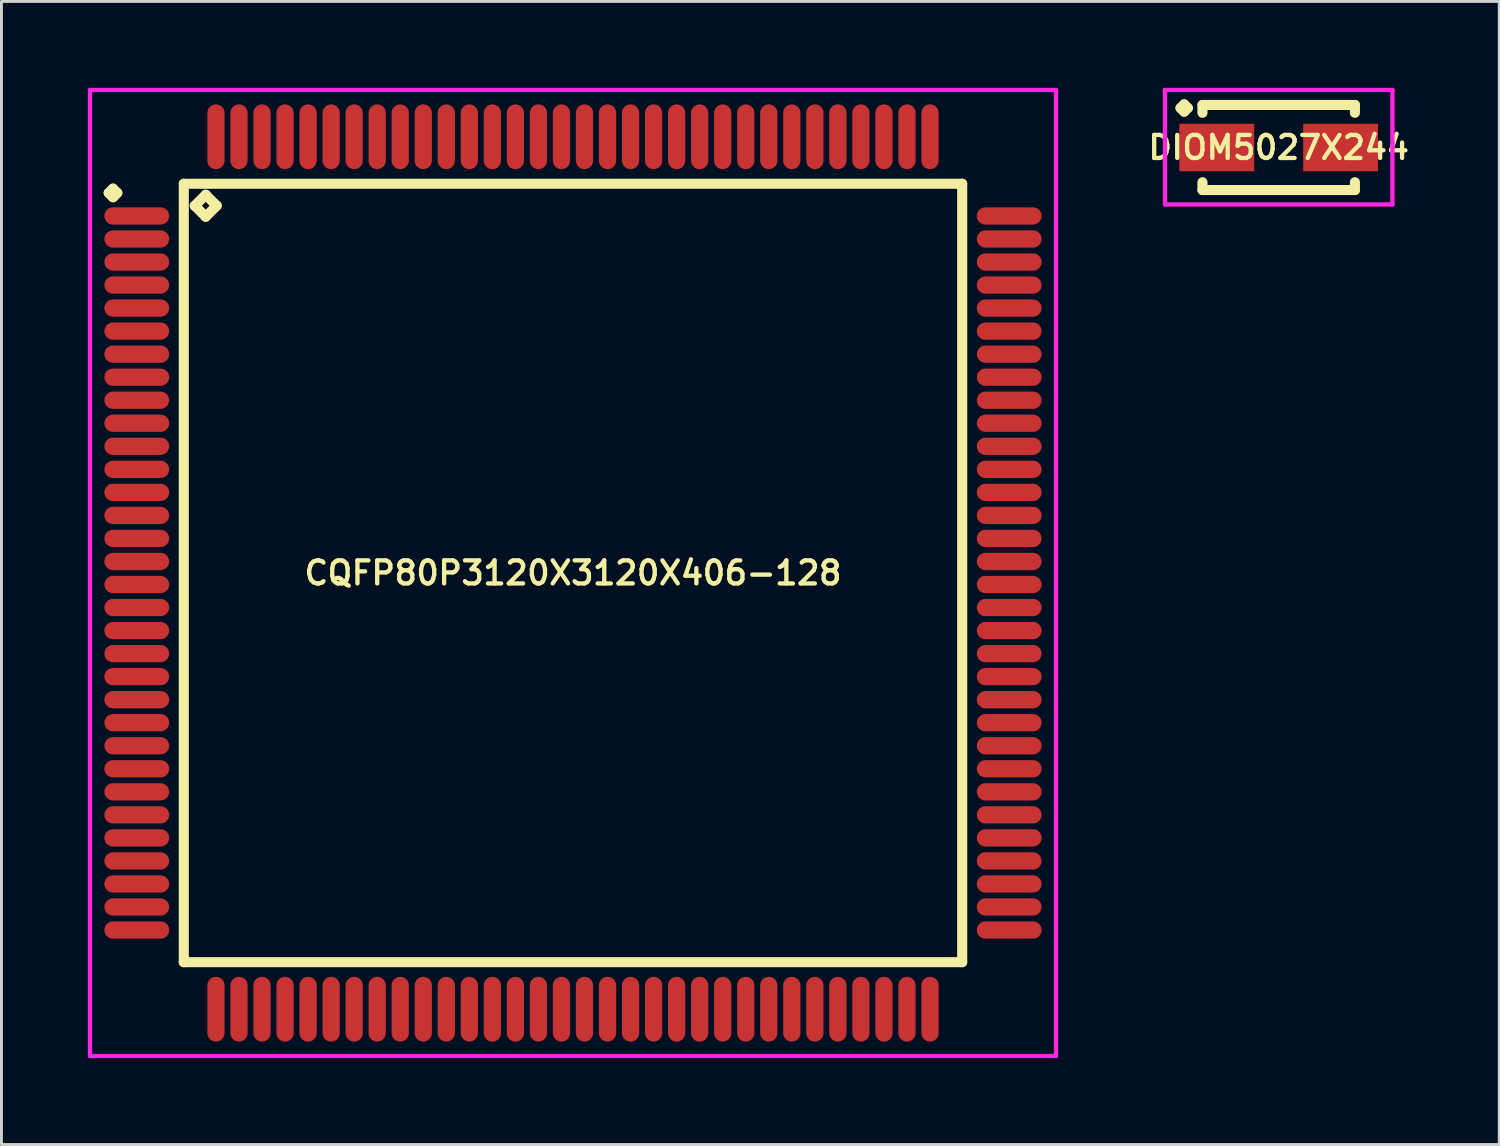
<source format=kicad_pcb>
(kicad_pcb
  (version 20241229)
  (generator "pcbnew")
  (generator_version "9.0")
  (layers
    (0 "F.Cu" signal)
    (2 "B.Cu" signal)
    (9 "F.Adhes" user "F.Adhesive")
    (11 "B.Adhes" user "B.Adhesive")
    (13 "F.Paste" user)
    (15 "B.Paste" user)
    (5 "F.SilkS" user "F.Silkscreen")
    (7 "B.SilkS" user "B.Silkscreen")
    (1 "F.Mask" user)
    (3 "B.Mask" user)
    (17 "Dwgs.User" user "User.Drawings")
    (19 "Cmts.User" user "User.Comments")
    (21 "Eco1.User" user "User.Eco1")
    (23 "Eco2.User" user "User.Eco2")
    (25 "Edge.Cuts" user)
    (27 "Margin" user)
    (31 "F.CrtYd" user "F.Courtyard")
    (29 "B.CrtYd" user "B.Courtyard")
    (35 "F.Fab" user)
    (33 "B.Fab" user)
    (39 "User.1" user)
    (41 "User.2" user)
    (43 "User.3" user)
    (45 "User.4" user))
  (footprint "CQFP80P3120X3120X406-128"
    (layer "F.Cu")
    (at 16.85 16.85)
    (property "Reference" "CQFP80P3120X3120X406-128" (at 0 0 0) (layer "F.SilkS") (effects (font (size 0.8 0.8) (thickness 0.15))))
    (attr smd)
    (fp_line (start -16.125 -13.2) (end -15.975 -13.35) (stroke (width 0.35) (type solid)) (layer "F.SilkS"))
    (fp_line (start -15.975 -13.35) (end -15.825 -13.2) (stroke (width 0.35) (type solid)) (layer "F.SilkS"))
    (fp_line (start -15.975 -13.05) (end -16.125 -13.2) (stroke (width 0.35) (type solid)) (layer "F.SilkS"))
    (fp_line (start -15.825 -13.2) (end -15.975 -13.05) (stroke (width 0.35) (type solid)) (layer "F.SilkS"))
    (fp_line (start -13.517 -13.517) (end -13.517 13.517) (stroke (width 0.35) (type solid)) (layer "F.SilkS"))
    (fp_line (start -13.517 13.517) (end 13.517 13.517) (stroke (width 0.35) (type solid)) (layer "F.SilkS"))
    (fp_line (start -13.136 -12.755) (end -12.755 -13.136) (stroke (width 0.35) (type solid)) (layer "F.SilkS"))
    (fp_line (start -12.755 -13.136) (end -12.374 -12.755) (stroke (width 0.35) (type solid)) (layer "F.SilkS"))
    (fp_line (start -12.755 -12.374) (end -13.136 -12.755) (stroke (width 0.35) (type solid)) (layer "F.SilkS"))
    (fp_line (start -12.374 -12.755) (end -12.755 -12.374) (stroke (width 0.35) (type solid)) (layer "F.SilkS"))
    (fp_line (start 13.517 -13.517) (end -13.517 -13.517) (stroke (width 0.35) (type solid)) (layer "F.SilkS"))
    (fp_line (start 13.517 13.517) (end 13.517 -13.517) (stroke (width 0.35) (type solid)) (layer "F.SilkS"))
    (fp_line (start -16.775 -16.775) (end 16.775 -16.775) (stroke (width 0.15) (type solid)) (layer "F.CrtYd"))
    (fp_line (start -16.775 16.775) (end -16.775 -16.775) (stroke (width 0.15) (type solid)) (layer "F.CrtYd"))
    (fp_line (start 16.775 -16.775) (end 16.775 16.775) (stroke (width 0.15) (type solid)) (layer "F.CrtYd"))
    (fp_line (start 16.775 16.775) (end -16.775 16.775) (stroke (width 0.15) (type solid)) (layer "F.CrtYd"))
    (pad "1" smd oval (at -15.15 -12.4) (size 2.25 0.6) (layers "F.Cu" "F.Mask" "F.Paste"))
    (pad "2" smd oval (at -15.15 -11.6) (size 2.25 0.6) (layers "F.Cu" "F.Mask" "F.Paste"))
    (pad "3" smd oval (at -15.15 -10.8) (size 2.25 0.6) (layers "F.Cu" "F.Mask" "F.Paste"))
    (pad "4" smd oval (at -15.15 -10) (size 2.25 0.6) (layers "F.Cu" "F.Mask" "F.Paste"))
    (pad "5" smd oval (at -15.15 -9.2) (size 2.25 0.6) (layers "F.Cu" "F.Mask" "F.Paste"))
    (pad "6" smd oval (at -15.15 -8.4) (size 2.25 0.6) (layers "F.Cu" "F.Mask" "F.Paste"))
    (pad "7" smd oval (at -15.15 -7.6) (size 2.25 0.6) (layers "F.Cu" "F.Mask" "F.Paste"))
    (pad "8" smd oval (at -15.15 -6.8) (size 2.25 0.6) (layers "F.Cu" "F.Mask" "F.Paste"))
    (pad "9" smd oval (at -15.15 -6) (size 2.25 0.6) (layers "F.Cu" "F.Mask" "F.Paste"))
    (pad "10" smd oval (at -15.15 -5.2) (size 2.25 0.6) (layers "F.Cu" "F.Mask" "F.Paste"))
    (pad "11" smd oval (at -15.15 -4.4) (size 2.25 0.6) (layers "F.Cu" "F.Mask" "F.Paste"))
    (pad "12" smd oval (at -15.15 -3.6) (size 2.25 0.6) (layers "F.Cu" "F.Mask" "F.Paste"))
    (pad "13" smd oval (at -15.15 -2.8) (size 2.25 0.6) (layers "F.Cu" "F.Mask" "F.Paste"))
    (pad "14" smd oval (at -15.15 -2) (size 2.25 0.6) (layers "F.Cu" "F.Mask" "F.Paste"))
    (pad "15" smd oval (at -15.15 -1.2) (size 2.25 0.6) (layers "F.Cu" "F.Mask" "F.Paste"))
    (pad "16" smd oval (at -15.15 -0.4) (size 2.25 0.6) (layers "F.Cu" "F.Mask" "F.Paste"))
    (pad "17" smd oval (at -15.15 0.4) (size 2.25 0.6) (layers "F.Cu" "F.Mask" "F.Paste"))
    (pad "18" smd oval (at -15.15 1.2) (size 2.25 0.6) (layers "F.Cu" "F.Mask" "F.Paste"))
    (pad "19" smd oval (at -15.15 2) (size 2.25 0.6) (layers "F.Cu" "F.Mask" "F.Paste"))
    (pad "20" smd oval (at -15.15 2.8) (size 2.25 0.6) (layers "F.Cu" "F.Mask" "F.Paste"))
    (pad "21" smd oval (at -15.15 3.6) (size 2.25 0.6) (layers "F.Cu" "F.Mask" "F.Paste"))
    (pad "22" smd oval (at -15.15 4.4) (size 2.25 0.6) (layers "F.Cu" "F.Mask" "F.Paste"))
    (pad "23" smd oval (at -15.15 5.2) (size 2.25 0.6) (layers "F.Cu" "F.Mask" "F.Paste"))
    (pad "24" smd oval (at -15.15 6) (size 2.25 0.6) (layers "F.Cu" "F.Mask" "F.Paste"))
    (pad "25" smd oval (at -15.15 6.8) (size 2.25 0.6) (layers "F.Cu" "F.Mask" "F.Paste"))
    (pad "26" smd oval (at -15.15 7.6) (size 2.25 0.6) (layers "F.Cu" "F.Mask" "F.Paste"))
    (pad "27" smd oval (at -15.15 8.4) (size 2.25 0.6) (layers "F.Cu" "F.Mask" "F.Paste"))
    (pad "28" smd oval (at -15.15 9.2) (size 2.25 0.6) (layers "F.Cu" "F.Mask" "F.Paste"))
    (pad "29" smd oval (at -15.15 10) (size 2.25 0.6) (layers "F.Cu" "F.Mask" "F.Paste"))
    (pad "30" smd oval (at -15.15 10.8) (size 2.25 0.6) (layers "F.Cu" "F.Mask" "F.Paste"))
    (pad "31" smd oval (at -15.15 11.6) (size 2.25 0.6) (layers "F.Cu" "F.Mask" "F.Paste"))
    (pad "32" smd oval (at -15.15 12.4) (size 2.25 0.6) (layers "F.Cu" "F.Mask" "F.Paste"))
    (pad "33" smd oval (at -12.4 15.15) (size 0.6 2.25) (layers "F.Cu" "F.Mask" "F.Paste"))
    (pad "34" smd oval (at -11.6 15.15) (size 0.6 2.25) (layers "F.Cu" "F.Mask" "F.Paste"))
    (pad "35" smd oval (at -10.8 15.15) (size 0.6 2.25) (layers "F.Cu" "F.Mask" "F.Paste"))
    (pad "36" smd oval (at -10 15.15) (size 0.6 2.25) (layers "F.Cu" "F.Mask" "F.Paste"))
    (pad "37" smd oval (at -9.2 15.15) (size 0.6 2.25) (layers "F.Cu" "F.Mask" "F.Paste"))
    (pad "38" smd oval (at -8.4 15.15) (size 0.6 2.25) (layers "F.Cu" "F.Mask" "F.Paste"))
    (pad "39" smd oval (at -7.6 15.15) (size 0.6 2.25) (layers "F.Cu" "F.Mask" "F.Paste"))
    (pad "40" smd oval (at -6.8 15.15) (size 0.6 2.25) (layers "F.Cu" "F.Mask" "F.Paste"))
    (pad "41" smd oval (at -6 15.15) (size 0.6 2.25) (layers "F.Cu" "F.Mask" "F.Paste"))
    (pad "42" smd oval (at -5.2 15.15) (size 0.6 2.25) (layers "F.Cu" "F.Mask" "F.Paste"))
    (pad "43" smd oval (at -4.4 15.15) (size 0.6 2.25) (layers "F.Cu" "F.Mask" "F.Paste"))
    (pad "44" smd oval (at -3.6 15.15) (size 0.6 2.25) (layers "F.Cu" "F.Mask" "F.Paste"))
    (pad "45" smd oval (at -2.8 15.15) (size 0.6 2.25) (layers "F.Cu" "F.Mask" "F.Paste"))
    (pad "46" smd oval (at -2 15.15) (size 0.6 2.25) (layers "F.Cu" "F.Mask" "F.Paste"))
    (pad "47" smd oval (at -1.2 15.15) (size 0.6 2.25) (layers "F.Cu" "F.Mask" "F.Paste"))
    (pad "48" smd oval (at -0.4 15.15) (size 0.6 2.25) (layers "F.Cu" "F.Mask" "F.Paste"))
    (pad "49" smd oval (at 0.4 15.15) (size 0.6 2.25) (layers "F.Cu" "F.Mask" "F.Paste"))
    (pad "50" smd oval (at 1.2 15.15) (size 0.6 2.25) (layers "F.Cu" "F.Mask" "F.Paste"))
    (pad "51" smd oval (at 2 15.15) (size 0.6 2.25) (layers "F.Cu" "F.Mask" "F.Paste"))
    (pad "52" smd oval (at 2.8 15.15) (size 0.6 2.25) (layers "F.Cu" "F.Mask" "F.Paste"))
    (pad "53" smd oval (at 3.6 15.15) (size 0.6 2.25) (layers "F.Cu" "F.Mask" "F.Paste"))
    (pad "54" smd oval (at 4.4 15.15) (size 0.6 2.25) (layers "F.Cu" "F.Mask" "F.Paste"))
    (pad "55" smd oval (at 5.2 15.15) (size 0.6 2.25) (layers "F.Cu" "F.Mask" "F.Paste"))
    (pad "56" smd oval (at 6 15.15) (size 0.6 2.25) (layers "F.Cu" "F.Mask" "F.Paste"))
    (pad "57" smd oval (at 6.8 15.15) (size 0.6 2.25) (layers "F.Cu" "F.Mask" "F.Paste"))
    (pad "58" smd oval (at 7.6 15.15) (size 0.6 2.25) (layers "F.Cu" "F.Mask" "F.Paste"))
    (pad "59" smd oval (at 8.4 15.15) (size 0.6 2.25) (layers "F.Cu" "F.Mask" "F.Paste"))
    (pad "60" smd oval (at 9.2 15.15) (size 0.6 2.25) (layers "F.Cu" "F.Mask" "F.Paste"))
    (pad "61" smd oval (at 10 15.15) (size 0.6 2.25) (layers "F.Cu" "F.Mask" "F.Paste"))
    (pad "62" smd oval (at 10.8 15.15) (size 0.6 2.25) (layers "F.Cu" "F.Mask" "F.Paste"))
    (pad "63" smd oval (at 11.6 15.15) (size 0.6 2.25) (layers "F.Cu" "F.Mask" "F.Paste"))
    (pad "64" smd oval (at 12.4 15.15) (size 0.6 2.25) (layers "F.Cu" "F.Mask" "F.Paste"))
    (pad "65" smd oval (at 15.15 12.4) (size 2.25 0.6) (layers "F.Cu" "F.Mask" "F.Paste"))
    (pad "66" smd oval (at 15.15 11.6) (size 2.25 0.6) (layers "F.Cu" "F.Mask" "F.Paste"))
    (pad "67" smd oval (at 15.15 10.8) (size 2.25 0.6) (layers "F.Cu" "F.Mask" "F.Paste"))
    (pad "68" smd oval (at 15.15 10) (size 2.25 0.6) (layers "F.Cu" "F.Mask" "F.Paste"))
    (pad "69" smd oval (at 15.15 9.2) (size 2.25 0.6) (layers "F.Cu" "F.Mask" "F.Paste"))
    (pad "70" smd oval (at 15.15 8.4) (size 2.25 0.6) (layers "F.Cu" "F.Mask" "F.Paste"))
    (pad "71" smd oval (at 15.15 7.6) (size 2.25 0.6) (layers "F.Cu" "F.Mask" "F.Paste"))
    (pad "72" smd oval (at 15.15 6.8) (size 2.25 0.6) (layers "F.Cu" "F.Mask" "F.Paste"))
    (pad "73" smd oval (at 15.15 6) (size 2.25 0.6) (layers "F.Cu" "F.Mask" "F.Paste"))
    (pad "74" smd oval (at 15.15 5.2) (size 2.25 0.6) (layers "F.Cu" "F.Mask" "F.Paste"))
    (pad "75" smd oval (at 15.15 4.4) (size 2.25 0.6) (layers "F.Cu" "F.Mask" "F.Paste"))
    (pad "76" smd oval (at 15.15 3.6) (size 2.25 0.6) (layers "F.Cu" "F.Mask" "F.Paste"))
    (pad "77" smd oval (at 15.15 2.8) (size 2.25 0.6) (layers "F.Cu" "F.Mask" "F.Paste"))
    (pad "78" smd oval (at 15.15 2) (size 2.25 0.6) (layers "F.Cu" "F.Mask" "F.Paste"))
    (pad "79" smd oval (at 15.15 1.2) (size 2.25 0.6) (layers "F.Cu" "F.Mask" "F.Paste"))
    (pad "80" smd oval (at 15.15 0.4) (size 2.25 0.6) (layers "F.Cu" "F.Mask" "F.Paste"))
    (pad "81" smd oval (at 15.15 -0.4) (size 2.25 0.6) (layers "F.Cu" "F.Mask" "F.Paste"))
    (pad "82" smd oval (at 15.15 -1.2) (size 2.25 0.6) (layers "F.Cu" "F.Mask" "F.Paste"))
    (pad "83" smd oval (at 15.15 -2) (size 2.25 0.6) (layers "F.Cu" "F.Mask" "F.Paste"))
    (pad "84" smd oval (at 15.15 -2.8) (size 2.25 0.6) (layers "F.Cu" "F.Mask" "F.Paste"))
    (pad "85" smd oval (at 15.15 -3.6) (size 2.25 0.6) (layers "F.Cu" "F.Mask" "F.Paste"))
    (pad "86" smd oval (at 15.15 -4.4) (size 2.25 0.6) (layers "F.Cu" "F.Mask" "F.Paste"))
    (pad "87" smd oval (at 15.15 -5.2) (size 2.25 0.6) (layers "F.Cu" "F.Mask" "F.Paste"))
    (pad "88" smd oval (at 15.15 -6) (size 2.25 0.6) (layers "F.Cu" "F.Mask" "F.Paste"))
    (pad "89" smd oval (at 15.15 -6.8) (size 2.25 0.6) (layers "F.Cu" "F.Mask" "F.Paste"))
    (pad "90" smd oval (at 15.15 -7.6) (size 2.25 0.6) (layers "F.Cu" "F.Mask" "F.Paste"))
    (pad "91" smd oval (at 15.15 -8.4) (size 2.25 0.6) (layers "F.Cu" "F.Mask" "F.Paste"))
    (pad "92" smd oval (at 15.15 -9.2) (size 2.25 0.6) (layers "F.Cu" "F.Mask" "F.Paste"))
    (pad "93" smd oval (at 15.15 -10) (size 2.25 0.6) (layers "F.Cu" "F.Mask" "F.Paste"))
    (pad "94" smd oval (at 15.15 -10.8) (size 2.25 0.6) (layers "F.Cu" "F.Mask" "F.Paste"))
    (pad "95" smd oval (at 15.15 -11.6) (size 2.25 0.6) (layers "F.Cu" "F.Mask" "F.Paste"))
    (pad "96" smd oval (at 15.15 -12.4) (size 2.25 0.6) (layers "F.Cu" "F.Mask" "F.Paste"))
    (pad "97" smd oval (at 12.4 -15.15) (size 0.6 2.25) (layers "F.Cu" "F.Mask" "F.Paste"))
    (pad "98" smd oval (at 11.6 -15.15) (size 0.6 2.25) (layers "F.Cu" "F.Mask" "F.Paste"))
    (pad "99" smd oval (at 10.8 -15.15) (size 0.6 2.25) (layers "F.Cu" "F.Mask" "F.Paste"))
    (pad "100" smd oval (at 10 -15.15) (size 0.6 2.25) (layers "F.Cu" "F.Mask" "F.Paste"))
    (pad "101" smd oval (at 9.2 -15.15) (size 0.6 2.25) (layers "F.Cu" "F.Mask" "F.Paste"))
    (pad "102" smd oval (at 8.4 -15.15) (size 0.6 2.25) (layers "F.Cu" "F.Mask" "F.Paste"))
    (pad "103" smd oval (at 7.6 -15.15) (size 0.6 2.25) (layers "F.Cu" "F.Mask" "F.Paste"))
    (pad "104" smd oval (at 6.8 -15.15) (size 0.6 2.25) (layers "F.Cu" "F.Mask" "F.Paste"))
    (pad "105" smd oval (at 6 -15.15) (size 0.6 2.25) (layers "F.Cu" "F.Mask" "F.Paste"))
    (pad "106" smd oval (at 5.2 -15.15) (size 0.6 2.25) (layers "F.Cu" "F.Mask" "F.Paste"))
    (pad "107" smd oval (at 4.4 -15.15) (size 0.6 2.25) (layers "F.Cu" "F.Mask" "F.Paste"))
    (pad "108" smd oval (at 3.6 -15.15) (size 0.6 2.25) (layers "F.Cu" "F.Mask" "F.Paste"))
    (pad "109" smd oval (at 2.8 -15.15) (size 0.6 2.25) (layers "F.Cu" "F.Mask" "F.Paste"))
    (pad "110" smd oval (at 2 -15.15) (size 0.6 2.25) (layers "F.Cu" "F.Mask" "F.Paste"))
    (pad "111" smd oval (at 1.2 -15.15) (size 0.6 2.25) (layers "F.Cu" "F.Mask" "F.Paste"))
    (pad "112" smd oval (at 0.4 -15.15) (size 0.6 2.25) (layers "F.Cu" "F.Mask" "F.Paste"))
    (pad "113" smd oval (at -0.4 -15.15) (size 0.6 2.25) (layers "F.Cu" "F.Mask" "F.Paste"))
    (pad "114" smd oval (at -1.2 -15.15) (size 0.6 2.25) (layers "F.Cu" "F.Mask" "F.Paste"))
    (pad "115" smd oval (at -2 -15.15) (size 0.6 2.25) (layers "F.Cu" "F.Mask" "F.Paste"))
    (pad "116" smd oval (at -2.8 -15.15) (size 0.6 2.25) (layers "F.Cu" "F.Mask" "F.Paste"))
    (pad "117" smd oval (at -3.6 -15.15) (size 0.6 2.25) (layers "F.Cu" "F.Mask" "F.Paste"))
    (pad "118" smd oval (at -4.4 -15.15) (size 0.6 2.25) (layers "F.Cu" "F.Mask" "F.Paste"))
    (pad "119" smd oval (at -5.2 -15.15) (size 0.6 2.25) (layers "F.Cu" "F.Mask" "F.Paste"))
    (pad "120" smd oval (at -6 -15.15) (size 0.6 2.25) (layers "F.Cu" "F.Mask" "F.Paste"))
    (pad "121" smd oval (at -6.8 -15.15) (size 0.6 2.25) (layers "F.Cu" "F.Mask" "F.Paste"))
    (pad "122" smd oval (at -7.6 -15.15) (size 0.6 2.25) (layers "F.Cu" "F.Mask" "F.Paste"))
    (pad "123" smd oval (at -8.4 -15.15) (size 0.6 2.25) (layers "F.Cu" "F.Mask" "F.Paste"))
    (pad "124" smd oval (at -9.2 -15.15) (size 0.6 2.25) (layers "F.Cu" "F.Mask" "F.Paste"))
    (pad "125" smd oval (at -10 -15.15) (size 0.6 2.25) (layers "F.Cu" "F.Mask" "F.Paste"))
    (pad "126" smd oval (at -10.8 -15.15) (size 0.6 2.25) (layers "F.Cu" "F.Mask" "F.Paste"))
    (pad "127" smd oval (at -11.6 -15.15) (size 0.6 2.25) (layers "F.Cu" "F.Mask" "F.Paste"))
    (pad "128" smd oval (at -12.4 -15.15) (size 0.6 2.25) (layers "F.Cu" "F.Mask" "F.Paste")))
  (footprint "DIOM5027X244"
    (layer "F.Cu")
    (at 41.359 2.073)
    (property "Reference" "DIOM5027X244" (at 0 0 0) (layer "F.SilkS") (effects (font (size 0.8 0.8) (thickness 0.15))))
    (attr smd)
    (fp_line (start -3.409 -1.371) (end -3.282 -1.498) (stroke (width 0.35) (type solid)) (layer "F.SilkS"))
    (fp_line (start -3.282 -1.498) (end -3.155 -1.371) (stroke (width 0.35) (type solid)) (layer "F.SilkS"))
    (fp_line (start -3.282 -1.244) (end -3.409 -1.371) (stroke (width 0.35) (type solid)) (layer "F.SilkS"))
    (fp_line (start -3.155 -1.371) (end -3.282 -1.244) (stroke (width 0.35) (type solid)) (layer "F.SilkS"))
    (fp_line (start -2.647 -1.477) (end 2.647 -1.477) (stroke (width 0.35) (type solid)) (layer "F.SilkS"))
    (fp_line (start -2.647 -1.206) (end -2.647 -1.477) (stroke (width 0.35) (type solid)) (layer "F.SilkS"))
    (fp_line (start -2.647 1.206) (end -2.647 1.477) (stroke (width 0.35) (type solid)) (layer "F.SilkS"))
    (fp_line (start -2.647 1.477) (end 2.647 1.477) (stroke (width 0.35) (type solid)) (layer "F.SilkS"))
    (fp_line (start 2.647 -1.477) (end 2.647 -1.206) (stroke (width 0.35) (type solid)) (layer "F.SilkS"))
    (fp_line (start 2.647 1.477) (end 2.647 1.206) (stroke (width 0.35) (type solid)) (layer "F.SilkS"))
    (fp_line (start -3.95 -1.998) (end 3.95 -1.998) (stroke (width 0.15) (type solid)) (layer "F.CrtYd"))
    (fp_line (start -3.95 1.977) (end -3.95 -1.998) (stroke (width 0.15) (type solid)) (layer "F.CrtYd"))
    (fp_line (start 3.95 -1.998) (end 3.95 1.977) (stroke (width 0.15) (type solid)) (layer "F.CrtYd"))
    (fp_line (start 3.95 1.977) (end -3.95 1.977) (stroke (width 0.15) (type solid)) (layer "F.CrtYd"))
    (pad "1" smd rect (at -2.15 0) (size 2.6 1.65) (layers "F.Cu" "F.Mask" "F.Paste"))
    (pad "2" smd rect (at 2.15 0) (size 2.6 1.65) (layers "F.Cu" "F.Mask" "F.Paste")))
  (gr_rect
    (start -3 -3)
    (end 49.019 36.7)
    (stroke (width 0.1) (type default))
    (fill no)
    (layer "Edge.Cuts")))
</source>
